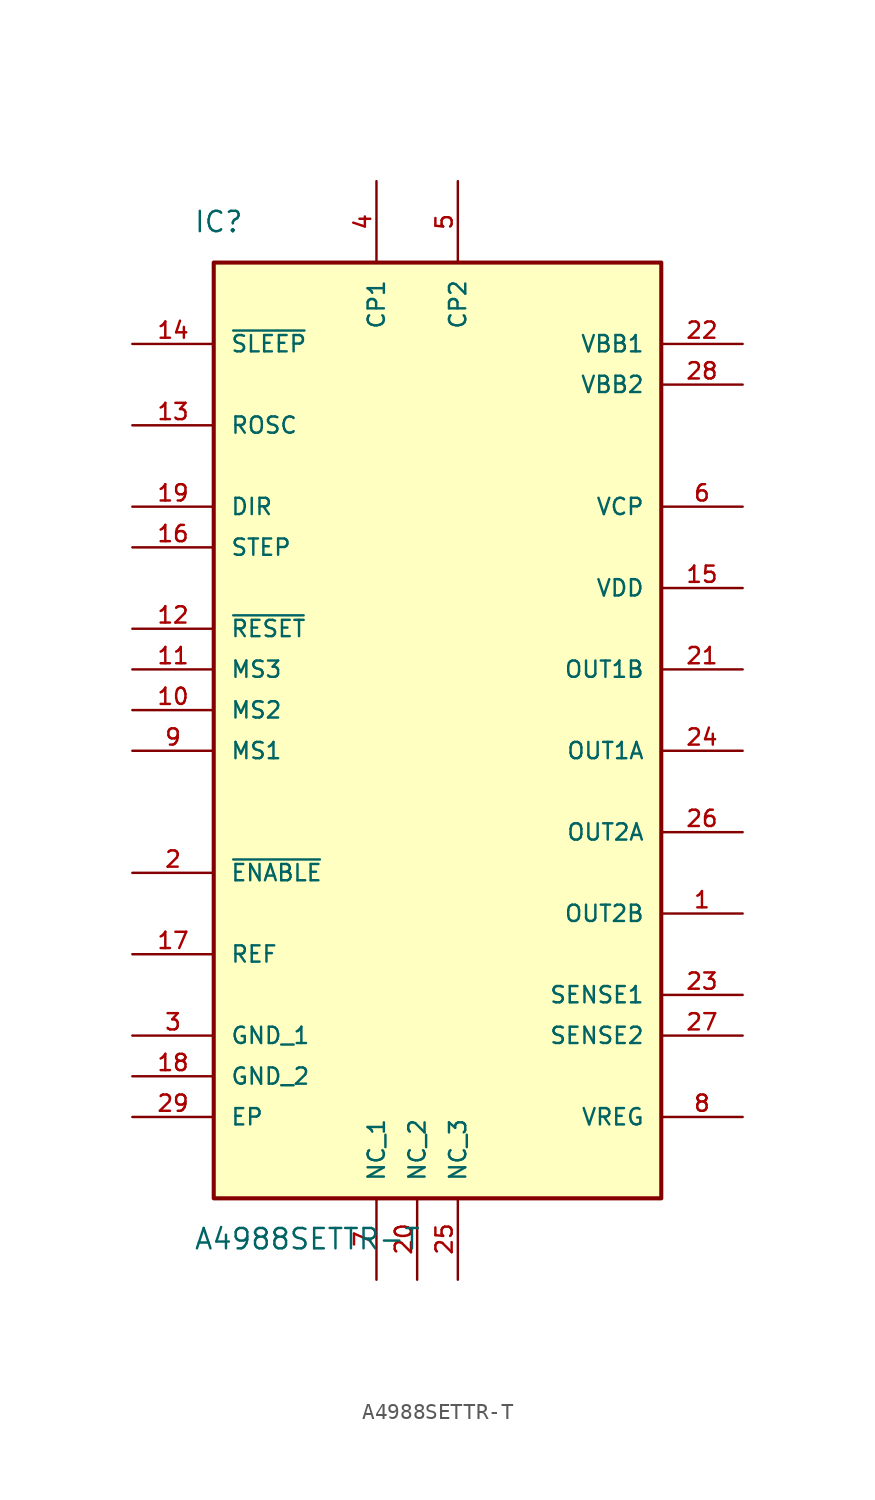
<source format=kicad_sym>
(kicad_symbol_lib
  (version 20211014)
  (generator kicad_symbol_editor)
  (symbol "A4988SETTR-T"
    (pin_names
      (offset 1.016))
    (property "Reference" "IC"
      (at -16.51 30.48 0)
      (effects (font (size 1.27 1.27)) (justify left)))
    (property "Value" "A4988SETTR-T"
      (at -16.51 -33.02 0)
      (effects (font (size 1.27 1.27)) (justify left)))
    (symbol "A4988SETTR-T_0_0"
      (rectangle (start -15.24 -30.48) (end 12.7 27.94) (stroke (width 0.254)) (fill (type background)))
      (pin bidirectional line (at 17.78 -12.7 180.0) (length 5.08) (name "OUT2B" (effects (font (size 1.016 1.016)))) (number "1" (effects (font (size 1.016 1.016)))))
      (pin bidirectional line (at -20.32 -10.16 0) (length 5.08) (name "~{ENABLE}" (effects (font (size 1.016 1.016)))) (number "2" (effects (font (size 1.016 1.016)))))
      (pin bidirectional line (at -20.32 -20.32 0) (length 5.08) (name "GND_1" (effects (font (size 1.016 1.016)))) (number "3" (effects (font (size 1.016 1.016)))))
      (pin bidirectional line (at -5.08 33.02 270.0) (length 5.08) (name "CP1" (effects (font (size 1.016 1.016)))) (number "4" (effects (font (size 1.016 1.016)))))
      (pin bidirectional line (at 0.0 33.02 270.0) (length 5.08) (name "CP2" (effects (font (size 1.016 1.016)))) (number "5" (effects (font (size 1.016 1.016)))))
      (pin bidirectional line (at 17.78 12.7 180.0) (length 5.08) (name "VCP" (effects (font (size 1.016 1.016)))) (number "6" (effects (font (size 1.016 1.016)))))
      (pin bidirectional line (at -5.08 -35.56 90.0) (length 5.08) (name "NC_1" (effects (font (size 1.016 1.016)))) (number "7" (effects (font (size 1.016 1.016)))))
      (pin bidirectional line (at 17.78 -25.4 180.0) (length 5.08) (name "VREG" (effects (font (size 1.016 1.016)))) (number "8" (effects (font (size 1.016 1.016)))))
      (pin bidirectional line (at -20.32 -2.54 0) (length 5.08) (name "MS1" (effects (font (size 1.016 1.016)))) (number "9" (effects (font (size 1.016 1.016)))))
      (pin bidirectional line (at -20.32 0.0 0) (length 5.08) (name "MS2" (effects (font (size 1.016 1.016)))) (number "10" (effects (font (size 1.016 1.016)))))
      (pin bidirectional line (at -20.32 2.54 0) (length 5.08) (name "MS3" (effects (font (size 1.016 1.016)))) (number "11" (effects (font (size 1.016 1.016)))))
      (pin bidirectional line (at -20.32 5.08 0) (length 5.08) (name "~{RESET}" (effects (font (size 1.016 1.016)))) (number "12" (effects (font (size 1.016 1.016)))))
      (pin bidirectional line (at -20.32 17.78 0) (length 5.08) (name "ROSC" (effects (font (size 1.016 1.016)))) (number "13" (effects (font (size 1.016 1.016)))))
      (pin bidirectional line (at -20.32 22.86 0) (length 5.08) (name "~{SLEEP}" (effects (font (size 1.016 1.016)))) (number "14" (effects (font (size 1.016 1.016)))))
      (pin bidirectional line (at 17.78 2.54 180.0) (length 5.08) (name "OUT1B" (effects (font (size 1.016 1.016)))) (number "21" (effects (font (size 1.016 1.016)))))
      (pin bidirectional line (at -2.54 -35.56 90.0) (length 5.08) (name "NC_2" (effects (font (size 1.016 1.016)))) (number "20" (effects (font (size 1.016 1.016)))))
      (pin bidirectional line (at -20.32 12.7 0) (length 5.08) (name "DIR" (effects (font (size 1.016 1.016)))) (number "19" (effects (font (size 1.016 1.016)))))
      (pin bidirectional line (at -20.32 -22.86 0) (length 5.08) (name "GND_2" (effects (font (size 1.016 1.016)))) (number "18" (effects (font (size 1.016 1.016)))))
      (pin bidirectional line (at -20.32 -15.24 0) (length 5.08) (name "REF" (effects (font (size 1.016 1.016)))) (number "17" (effects (font (size 1.016 1.016)))))
      (pin bidirectional line (at -20.32 10.16 0) (length 5.08) (name "STEP" (effects (font (size 1.016 1.016)))) (number "16" (effects (font (size 1.016 1.016)))))
      (pin bidirectional line (at 17.78 7.62 180.0) (length 5.08) (name "VDD" (effects (font (size 1.016 1.016)))) (number "15" (effects (font (size 1.016 1.016)))))
      (pin bidirectional line (at -20.32 -25.4 0) (length 5.08) (name "EP" (effects (font (size 1.016 1.016)))) (number "29" (effects (font (size 1.016 1.016)))))
      (pin bidirectional line (at 17.78 20.32 180.0) (length 5.08) (name "VBB2" (effects (font (size 1.016 1.016)))) (number "28" (effects (font (size 1.016 1.016)))))
      (pin bidirectional line (at 17.78 -20.32 180.0) (length 5.08) (name "SENSE2" (effects (font (size 1.016 1.016)))) (number "27" (effects (font (size 1.016 1.016)))))
      (pin bidirectional line (at 17.78 -7.62 180.0) (length 5.08) (name "OUT2A" (effects (font (size 1.016 1.016)))) (number "26" (effects (font (size 1.016 1.016)))))
      (pin bidirectional line (at 0.0 -35.56 90.0) (length 5.08) (name "NC_3" (effects (font (size 1.016 1.016)))) (number "25" (effects (font (size 1.016 1.016)))))
      (pin bidirectional line (at 17.78 -2.54 180.0) (length 5.08) (name "OUT1A" (effects (font (size 1.016 1.016)))) (number "24" (effects (font (size 1.016 1.016)))))
      (pin bidirectional line (at 17.78 -17.78 180.0) (length 5.08) (name "SENSE1" (effects (font (size 1.016 1.016)))) (number "23" (effects (font (size 1.016 1.016)))))
      (pin bidirectional line (at 17.78 22.86 180.0) (length 5.08) (name "VBB1" (effects (font (size 1.016 1.016)))) (number "22" (effects (font (size 1.016 1.016))))))))
</source>
